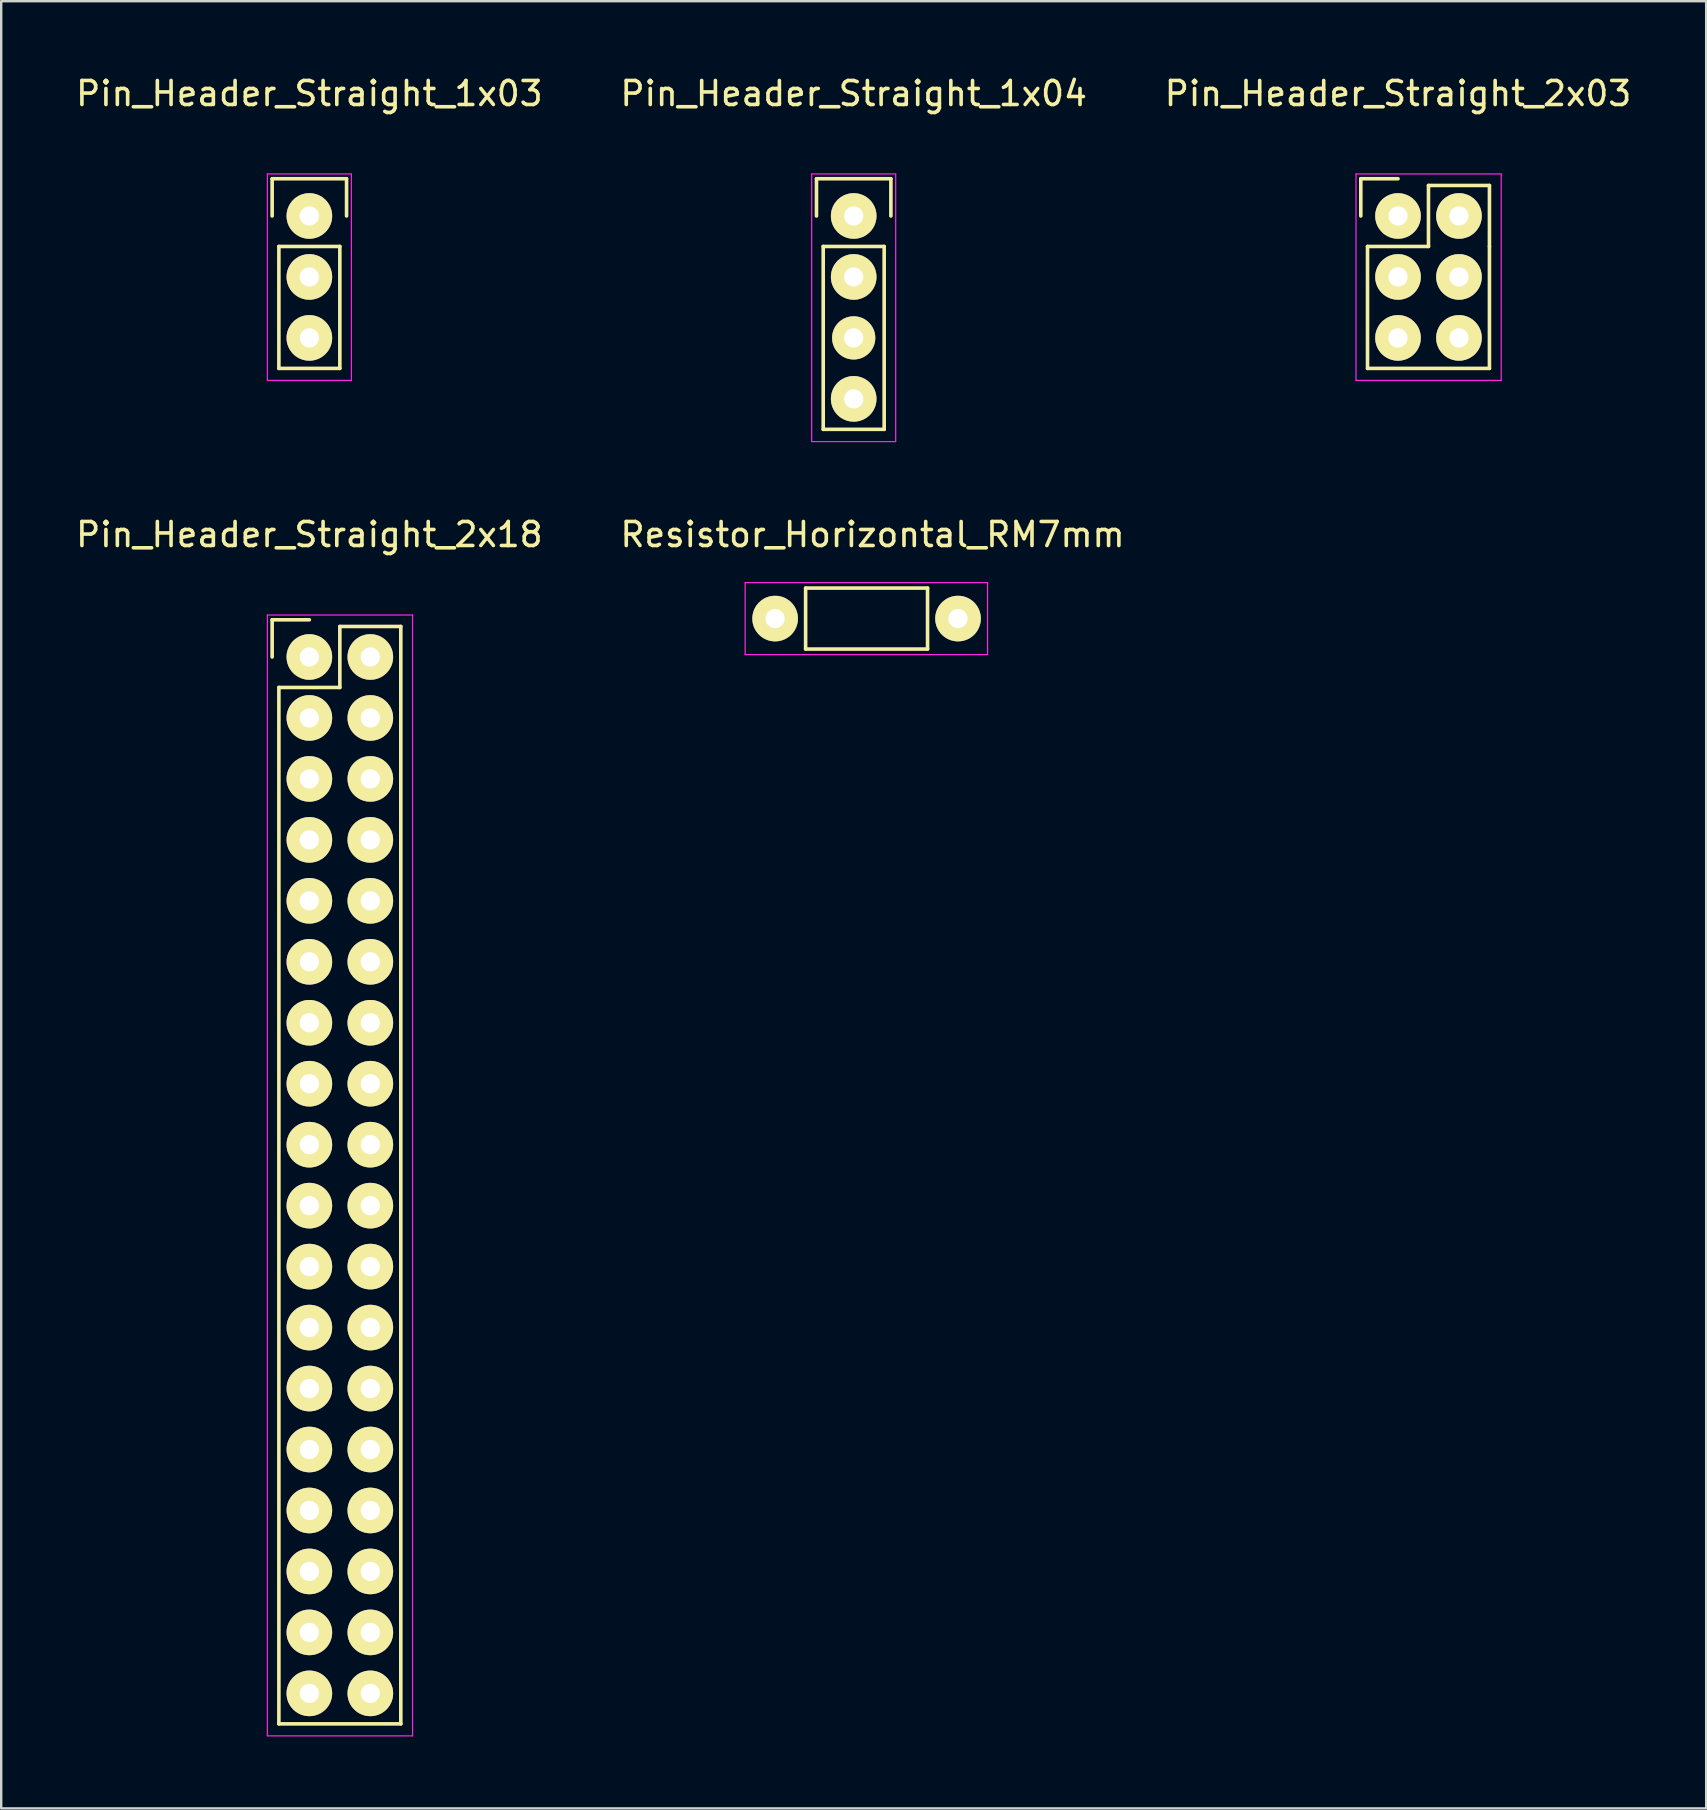
<source format=kicad_pcb>
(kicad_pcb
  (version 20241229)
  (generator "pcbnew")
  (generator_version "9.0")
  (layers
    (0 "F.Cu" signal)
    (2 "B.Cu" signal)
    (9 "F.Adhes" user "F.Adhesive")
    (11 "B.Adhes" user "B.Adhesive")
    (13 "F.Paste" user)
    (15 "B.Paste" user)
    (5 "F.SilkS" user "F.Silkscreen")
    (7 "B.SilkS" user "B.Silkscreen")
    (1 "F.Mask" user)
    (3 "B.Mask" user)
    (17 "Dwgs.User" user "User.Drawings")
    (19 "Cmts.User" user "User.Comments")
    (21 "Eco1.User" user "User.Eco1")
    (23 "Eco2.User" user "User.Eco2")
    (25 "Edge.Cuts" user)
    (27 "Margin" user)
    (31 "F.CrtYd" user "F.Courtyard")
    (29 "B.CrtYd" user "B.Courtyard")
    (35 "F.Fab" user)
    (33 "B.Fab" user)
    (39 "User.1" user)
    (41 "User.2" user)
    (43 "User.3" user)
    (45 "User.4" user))
  (footprint "Pin_Header_Straight_2x18"
    (layer "F.Cu")
    (at 9.839 24.322)
    (property "Reference" "Pin_Header_Straight_2x18" (at 0 -5.1 0) (layer "F.SilkS") (effects (font (size 1 1) (thickness 0.15))))
    (attr through_hole)
    (fp_line (start -1.55 -1.55) (end -1.55 0) (stroke (width 0.15) (type solid)) (layer "F.SilkS"))
    (fp_line (start -1.27 44.45) (end -1.27 1.27) (stroke (width 0.15) (type solid)) (layer "F.SilkS"))
    (fp_line (start 0 -1.55) (end -1.55 -1.55) (stroke (width 0.15) (type solid)) (layer "F.SilkS"))
    (fp_line (start 1.27 -1.27) (end 1.27 1.27) (stroke (width 0.15) (type solid)) (layer "F.SilkS"))
    (fp_line (start 1.27 1.27) (end -1.27 1.27) (stroke (width 0.15) (type solid)) (layer "F.SilkS"))
    (fp_line (start 3.81 -1.27) (end 1.27 -1.27) (stroke (width 0.15) (type solid)) (layer "F.SilkS"))
    (fp_line (start 3.81 -1.27) (end 3.81 44.45) (stroke (width 0.15) (type solid)) (layer "F.SilkS"))
    (fp_line (start 3.81 44.45) (end -1.27 44.45) (stroke (width 0.15) (type solid)) (layer "F.SilkS"))
    (fp_line (start -1.75 -1.75) (end -1.75 44.95) (stroke (width 0.05) (type solid)) (layer "F.CrtYd"))
    (fp_line (start -1.75 -1.75) (end 4.3 -1.75) (stroke (width 0.05) (type solid)) (layer "F.CrtYd"))
    (fp_line (start -1.75 44.95) (end 4.3 44.95) (stroke (width 0.05) (type solid)) (layer "F.CrtYd"))
    (fp_line (start 4.3 -1.75) (end 4.3 44.95) (stroke (width 0.05) (type solid)) (layer "F.CrtYd"))
    (pad "1" thru_hole circle (at 0 0) (size 1.9 1.9) (drill 0.8) (layers "*.Cu" "*.Mask" "F.SilkS"))
    (pad "2" thru_hole circle (at 2.54 0) (size 1.9 1.9) (drill 0.8) (layers "*.Cu" "*.Mask" "F.SilkS"))
    (pad "3" thru_hole circle (at 0 2.54) (size 1.9 1.9) (drill 0.8) (layers "*.Cu" "*.Mask" "F.SilkS"))
    (pad "4" thru_hole circle (at 2.54 2.54) (size 1.9 1.9) (drill 0.8) (layers "*.Cu" "*.Mask" "F.SilkS"))
    (pad "5" thru_hole circle (at 0 5.08) (size 1.9 1.9) (drill 0.8) (layers "*.Cu" "*.Mask" "F.SilkS"))
    (pad "6" thru_hole circle (at 2.54 5.08) (size 1.9 1.9) (drill 0.8) (layers "*.Cu" "*.Mask" "F.SilkS"))
    (pad "7" thru_hole circle (at 0 7.62) (size 1.9 1.9) (drill 0.8) (layers "*.Cu" "*.Mask" "F.SilkS"))
    (pad "8" thru_hole circle (at 2.54 7.62) (size 1.9 1.9) (drill 0.8) (layers "*.Cu" "*.Mask" "F.SilkS"))
    (pad "9" thru_hole circle (at 0 10.16) (size 1.9 1.9) (drill 0.8) (layers "*.Cu" "*.Mask" "F.SilkS"))
    (pad "10" thru_hole circle (at 2.54 10.16) (size 1.9 1.9) (drill 0.8) (layers "*.Cu" "*.Mask" "F.SilkS"))
    (pad "11" thru_hole circle (at 0 12.7) (size 1.9 1.9) (drill 0.8) (layers "*.Cu" "*.Mask" "F.SilkS"))
    (pad "12" thru_hole circle (at 2.54 12.7) (size 1.9 1.9) (drill 0.8) (layers "*.Cu" "*.Mask" "F.SilkS"))
    (pad "13" thru_hole circle (at 0 15.24) (size 1.9 1.9) (drill 0.8) (layers "*.Cu" "*.Mask" "F.SilkS"))
    (pad "14" thru_hole circle (at 2.54 15.24) (size 1.9 1.9) (drill 0.8) (layers "*.Cu" "*.Mask" "F.SilkS"))
    (pad "15" thru_hole circle (at 0 17.78) (size 1.9 1.9) (drill 0.8) (layers "*.Cu" "*.Mask" "F.SilkS"))
    (pad "16" thru_hole circle (at 2.54 17.78) (size 1.9 1.9) (drill 0.8) (layers "*.Cu" "*.Mask" "F.SilkS"))
    (pad "17" thru_hole circle (at 0 20.32) (size 1.9 1.9) (drill 0.8) (layers "*.Cu" "*.Mask" "F.SilkS"))
    (pad "18" thru_hole circle (at 2.54 20.32) (size 1.9 1.9) (drill 0.8) (layers "*.Cu" "*.Mask" "F.SilkS"))
    (pad "19" thru_hole circle (at 0 22.86) (size 1.9 1.9) (drill 0.8) (layers "*.Cu" "*.Mask" "F.SilkS"))
    (pad "20" thru_hole circle (at 2.54 22.86) (size 1.9 1.9) (drill 0.8) (layers "*.Cu" "*.Mask" "F.SilkS"))
    (pad "21" thru_hole circle (at 0 25.4) (size 1.9 1.9) (drill 0.8) (layers "*.Cu" "*.Mask" "F.SilkS"))
    (pad "22" thru_hole circle (at 2.54 25.4) (size 1.9 1.9) (drill 0.8) (layers "*.Cu" "*.Mask" "F.SilkS"))
    (pad "23" thru_hole circle (at 0 27.94) (size 1.9 1.9) (drill 0.8) (layers "*.Cu" "*.Mask" "F.SilkS"))
    (pad "24" thru_hole circle (at 2.54 27.94) (size 1.9 1.9) (drill 0.8) (layers "*.Cu" "*.Mask" "F.SilkS"))
    (pad "25" thru_hole circle (at 0 30.48) (size 1.9 1.9) (drill 0.8) (layers "*.Cu" "*.Mask" "F.SilkS"))
    (pad "26" thru_hole circle (at 2.54 30.48) (size 1.9 1.9) (drill 0.8) (layers "*.Cu" "*.Mask" "F.SilkS"))
    (pad "27" thru_hole circle (at 0 33.02) (size 1.9 1.9) (drill 0.8) (layers "*.Cu" "*.Mask" "F.SilkS"))
    (pad "28" thru_hole circle (at 2.54 33.02) (size 1.9 1.9) (drill 0.8) (layers "*.Cu" "*.Mask" "F.SilkS"))
    (pad "29" thru_hole circle (at 0 35.56) (size 1.9 1.9) (drill 0.8) (layers "*.Cu" "*.Mask" "F.SilkS"))
    (pad "30" thru_hole circle (at 2.54 35.56) (size 1.9 1.9) (drill 0.8) (layers "*.Cu" "*.Mask" "F.SilkS"))
    (pad "31" thru_hole circle (at 0 38.1) (size 1.9 1.9) (drill 0.8) (layers "*.Cu" "*.Mask" "F.SilkS"))
    (pad "32" thru_hole circle (at 2.54 38.1) (size 1.9 1.9) (drill 0.8) (layers "*.Cu" "*.Mask" "F.SilkS"))
    (pad "33" thru_hole circle (at 0 40.64) (size 1.9 1.9) (drill 0.8) (layers "*.Cu" "*.Mask" "F.SilkS"))
    (pad "34" thru_hole circle (at 2.54 40.64) (size 1.9 1.9) (drill 0.8) (layers "*.Cu" "*.Mask" "F.SilkS"))
    (pad "35" thru_hole circle (at 0 43.18) (size 1.9 1.9) (drill 0.8) (layers "*.Cu" "*.Mask" "F.SilkS"))
    (pad "36" thru_hole circle (at 2.54 43.18) (size 1.9 1.9) (drill 0.8) (layers "*.Cu" "*.Mask" "F.SilkS")))
  (footprint "Resistor_Horizontal_RM7mm"
    (layer "F.Cu")
    (at 29.245 22.722)
    (property "Reference" "Resistor_Horizontal_RM7mm" (at 4.059 -3.5 0) (layer "F.SilkS") (effects (font (size 1 1) (thickness 0.15))))
    (attr through_hole)
    (fp_line (start 1.27 -1.27) (end 6.35 -1.27) (stroke (width 0.15) (type solid)) (layer "F.SilkS"))
    (fp_line (start 1.27 1.27) (end 1.27 -1.27) (stroke (width 0.15) (type solid)) (layer "F.SilkS"))
    (fp_line (start 6.35 -1.27) (end 6.35 1.27) (stroke (width 0.15) (type solid)) (layer "F.SilkS"))
    (fp_line (start 6.35 1.27) (end 1.27 1.27) (stroke (width 0.15) (type solid)) (layer "F.SilkS"))
    (fp_line (start -1.25 -1.5) (end 8.85 -1.5) (stroke (width 0.05) (type solid)) (layer "F.CrtYd"))
    (fp_line (start -1.25 1.5) (end -1.25 -1.5) (stroke (width 0.05) (type solid)) (layer "F.CrtYd"))
    (fp_line (start -1.25 1.5) (end 8.85 1.5) (stroke (width 0.05) (type solid)) (layer "F.CrtYd"))
    (fp_line (start 8.85 -1.5) (end 8.85 1.5) (stroke (width 0.05) (type solid)) (layer "F.CrtYd"))
    (pad "1" thru_hole circle (at 0 0) (size 1.9 1.9) (drill 0.8) (layers "*.Cu" "*.Mask" "F.SilkS"))
    (pad "2" thru_hole circle (at 7.62 0) (size 1.9 1.9) (drill 0.8) (layers "*.Cu" "*.Mask" "F.SilkS")))
  (footprint "Pin_Header_Straight_1x04"
    (layer "F.Cu")
    (at 32.518 5.948)
    (property "Reference" "Pin_Header_Straight_1x04" (at 0 -5.1 0) (layer "F.SilkS") (effects (font (size 1 1) (thickness 0.15))))
    (attr through_hole)
    (fp_line (start -1.55 -1.55) (end 1.55 -1.55) (stroke (width 0.15) (type solid)) (layer "F.SilkS"))
    (fp_line (start -1.55 0) (end -1.55 -1.55) (stroke (width 0.15) (type solid)) (layer "F.SilkS"))
    (fp_line (start -1.27 1.27) (end -1.27 8.89) (stroke (width 0.15) (type solid)) (layer "F.SilkS"))
    (fp_line (start -1.27 8.89) (end 1.27 8.89) (stroke (width 0.15) (type solid)) (layer "F.SilkS"))
    (fp_line (start 1.27 1.27) (end -1.27 1.27) (stroke (width 0.15) (type solid)) (layer "F.SilkS"))
    (fp_line (start 1.27 1.27) (end 1.27 8.89) (stroke (width 0.15) (type solid)) (layer "F.SilkS"))
    (fp_line (start 1.55 -1.55) (end 1.55 0) (stroke (width 0.15) (type solid)) (layer "F.SilkS"))
    (fp_line (start -1.75 -1.75) (end -1.75 9.4) (stroke (width 0.05) (type solid)) (layer "F.CrtYd"))
    (fp_line (start -1.75 -1.75) (end 1.75 -1.75) (stroke (width 0.05) (type solid)) (layer "F.CrtYd"))
    (fp_line (start -1.75 9.4) (end 1.75 9.4) (stroke (width 0.05) (type solid)) (layer "F.CrtYd"))
    (fp_line (start 1.75 -1.75) (end 1.75 9.4) (stroke (width 0.05) (type solid)) (layer "F.CrtYd"))
    (pad "1" thru_hole circle (at 0 0) (size 1.9 1.9) (drill 0.8) (layers "*.Cu" "*.Mask" "F.SilkS"))
    (pad "2" thru_hole circle (at 0 2.54) (size 1.9 1.9) (drill 0.8) (layers "*.Cu" "*.Mask" "F.SilkS"))
    (pad "3" thru_hole circle (at 0 5.08) (size 1.8 1.8) (drill 0.8) (layers "*.Cu" "*.Mask" "F.SilkS"))
    (pad "4" thru_hole circle (at 0 7.62) (size 1.9 1.9) (drill 0.8) (layers "*.Cu" "*.Mask" "F.SilkS")))
  (footprint "Pin_Header_Straight_1x03"
    (layer "F.Cu")
    (at 9.839 5.948)
    (property "Reference" "Pin_Header_Straight_1x03" (at 0 -5.1 0) (layer "F.SilkS") (effects (font (size 1 1) (thickness 0.15))))
    (attr through_hole)
    (fp_line (start -1.55 -1.55) (end 1.55 -1.55) (stroke (width 0.15) (type solid)) (layer "F.SilkS"))
    (fp_line (start -1.55 0) (end -1.55 -1.55) (stroke (width 0.15) (type solid)) (layer "F.SilkS"))
    (fp_line (start -1.27 1.27) (end -1.27 6.35) (stroke (width 0.15) (type solid)) (layer "F.SilkS"))
    (fp_line (start -1.27 6.35) (end 1.27 6.35) (stroke (width 0.15) (type solid)) (layer "F.SilkS"))
    (fp_line (start 1.27 1.27) (end -1.27 1.27) (stroke (width 0.15) (type solid)) (layer "F.SilkS"))
    (fp_line (start 1.27 6.35) (end 1.27 1.27) (stroke (width 0.15) (type solid)) (layer "F.SilkS"))
    (fp_line (start 1.55 -1.55) (end 1.55 0) (stroke (width 0.15) (type solid)) (layer "F.SilkS"))
    (fp_line (start -1.75 -1.75) (end -1.75 6.85) (stroke (width 0.05) (type solid)) (layer "F.CrtYd"))
    (fp_line (start -1.75 -1.75) (end 1.75 -1.75) (stroke (width 0.05) (type solid)) (layer "F.CrtYd"))
    (fp_line (start -1.75 6.85) (end 1.75 6.85) (stroke (width 0.05) (type solid)) (layer "F.CrtYd"))
    (fp_line (start 1.75 -1.75) (end 1.75 6.85) (stroke (width 0.05) (type solid)) (layer "F.CrtYd"))
    (pad "1" thru_hole circle (at 0 0) (size 1.9 1.9) (drill 0.8) (layers "*.Cu" "*.Mask" "F.SilkS"))
    (pad "2" thru_hole circle (at 0 2.54) (size 1.9 1.9) (drill 0.8) (layers "*.Cu" "*.Mask" "F.SilkS"))
    (pad "3" thru_hole circle (at 0 5.08) (size 1.9 1.9) (drill 0.8) (layers "*.Cu" "*.Mask" "F.SilkS")))
  (footprint "Pin_Header_Straight_2x03"
    (layer "F.Cu")
    (at 55.196 5.948)
    (property "Reference" "Pin_Header_Straight_2x03" (at 0 -5.1 0) (layer "F.SilkS") (effects (font (size 1 1) (thickness 0.15))))
    (attr through_hole)
    (fp_line (start -1.55 -1.55) (end -1.55 0) (stroke (width 0.15) (type solid)) (layer "F.SilkS"))
    (fp_line (start -1.55 -1.55) (end 0 -1.55) (stroke (width 0.15) (type solid)) (layer "F.SilkS"))
    (fp_line (start -1.27 1.27) (end -1.27 6.35) (stroke (width 0.15) (type solid)) (layer "F.SilkS"))
    (fp_line (start -1.27 6.35) (end 3.81 6.35) (stroke (width 0.15) (type solid)) (layer "F.SilkS"))
    (fp_line (start 1.27 -1.27) (end 1.27 1.27) (stroke (width 0.15) (type solid)) (layer "F.SilkS"))
    (fp_line (start 1.27 1.27) (end -1.27 1.27) (stroke (width 0.15) (type solid)) (layer "F.SilkS"))
    (fp_line (start 3.81 -1.27) (end 1.27 -1.27) (stroke (width 0.15) (type solid)) (layer "F.SilkS"))
    (fp_line (start 3.81 1.27) (end 3.81 -1.27) (stroke (width 0.15) (type solid)) (layer "F.SilkS"))
    (fp_line (start 3.81 6.35) (end 3.81 1.27) (stroke (width 0.15) (type solid)) (layer "F.SilkS"))
    (fp_line (start -1.75 -1.75) (end -1.75 6.85) (stroke (width 0.05) (type solid)) (layer "F.CrtYd"))
    (fp_line (start -1.75 -1.75) (end 4.3 -1.75) (stroke (width 0.05) (type solid)) (layer "F.CrtYd"))
    (fp_line (start -1.75 6.85) (end 4.3 6.85) (stroke (width 0.05) (type solid)) (layer "F.CrtYd"))
    (fp_line (start 4.3 -1.75) (end 4.3 6.85) (stroke (width 0.05) (type solid)) (layer "F.CrtYd"))
    (pad "1" thru_hole circle (at 0 0) (size 1.9 1.9) (drill 0.8) (layers "*.Cu" "*.Mask" "F.SilkS"))
    (pad "2" thru_hole circle (at 2.54 0) (size 1.9 1.9) (drill 0.8) (layers "*.Cu" "*.Mask" "F.SilkS"))
    (pad "3" thru_hole circle (at 0 2.54) (size 1.9 1.9) (drill 0.8) (layers "*.Cu" "*.Mask" "F.SilkS"))
    (pad "4" thru_hole circle (at 2.54 2.54) (size 1.9 1.9) (drill 0.8) (layers "*.Cu" "*.Mask" "F.SilkS"))
    (pad "5" thru_hole circle (at 0 5.08) (size 1.9 1.9) (drill 0.8) (layers "*.Cu" "*.Mask" "F.SilkS"))
    (pad "6" thru_hole circle (at 2.54 5.08) (size 1.9 1.9) (drill 0.8) (layers "*.Cu" "*.Mask" "F.SilkS")))
  (gr_rect
    (start -3 -3)
    (end 68.036 72.296)
    (stroke (width 0.1) (type default))
    (fill no)
    (layer "Edge.Cuts")))
</source>
